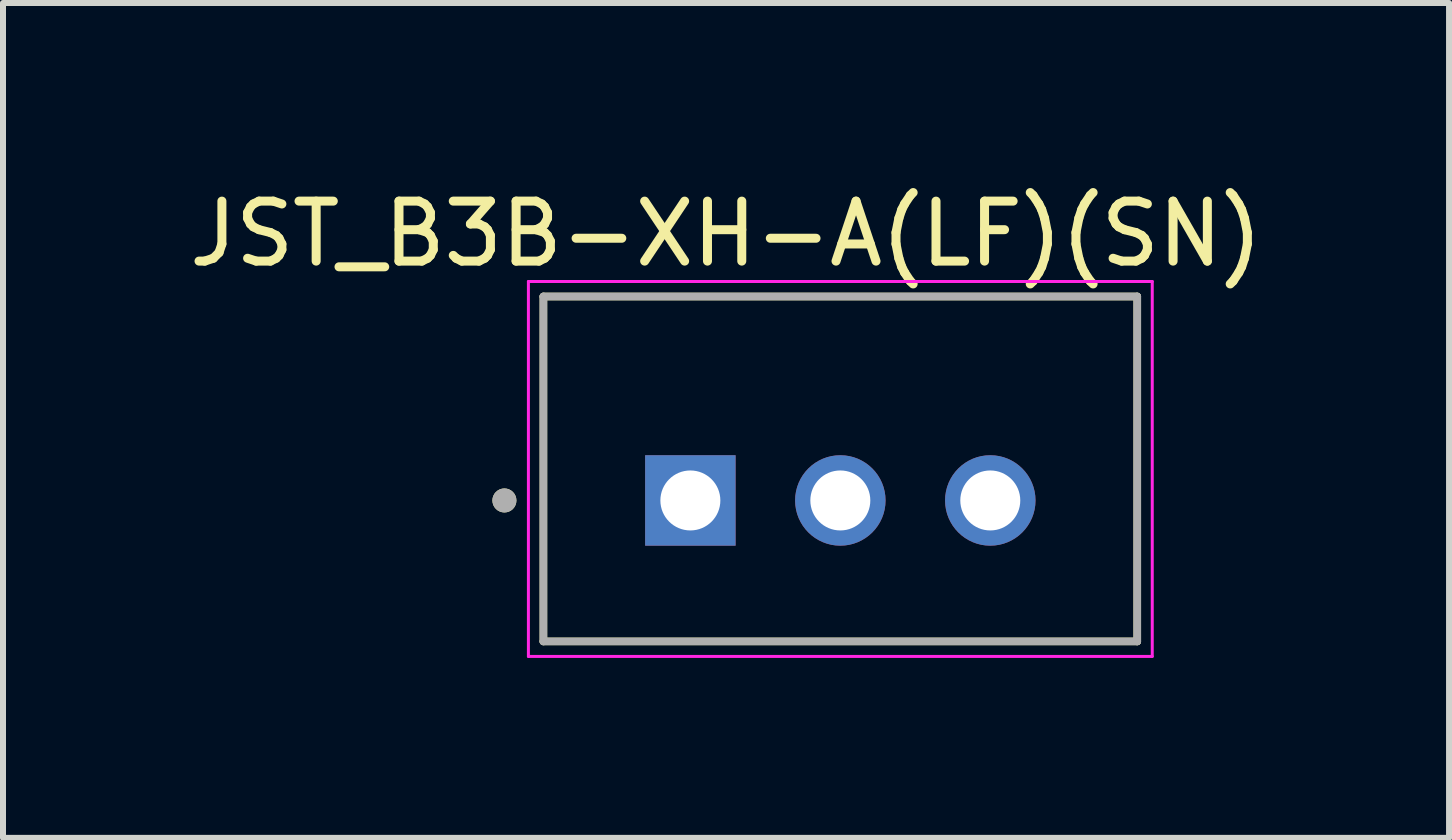
<source format=kicad_pcb>
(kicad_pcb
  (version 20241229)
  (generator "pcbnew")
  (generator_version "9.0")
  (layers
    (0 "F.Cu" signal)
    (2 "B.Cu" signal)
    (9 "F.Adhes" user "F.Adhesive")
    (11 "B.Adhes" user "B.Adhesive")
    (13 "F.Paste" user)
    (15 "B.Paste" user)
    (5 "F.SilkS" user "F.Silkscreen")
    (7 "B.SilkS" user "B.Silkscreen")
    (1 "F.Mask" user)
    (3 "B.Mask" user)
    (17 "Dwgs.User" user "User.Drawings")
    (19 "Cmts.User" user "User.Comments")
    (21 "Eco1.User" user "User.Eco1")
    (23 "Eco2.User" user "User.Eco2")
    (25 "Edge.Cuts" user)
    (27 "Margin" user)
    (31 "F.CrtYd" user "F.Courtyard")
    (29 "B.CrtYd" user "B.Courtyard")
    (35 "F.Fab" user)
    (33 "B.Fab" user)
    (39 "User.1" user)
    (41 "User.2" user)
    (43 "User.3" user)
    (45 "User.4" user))
  (footprint "JST_B3B-XH-A(LF)(SN)"
    (layer "F.Cu")
    (at 10.959 5.293)
    (property "Reference" "JST_B3B-XH-A(LF)(SN)" (at -1.905 -4.445 0) (layer "F.SilkS") (effects (font (size 1 1) (thickness 0.15))))
    (attr through_hole)
    (fp_line (start -4.95 -3.4) (end 4.95 -3.4) (stroke (width 0.127) (type solid)) (layer "F.SilkS"))
    (fp_line (start -4.95 2.35) (end -4.95 -3.4) (stroke (width 0.127) (type solid)) (layer "F.SilkS"))
    (fp_line (start 4.95 -3.4) (end 4.95 2.35) (stroke (width 0.127) (type solid)) (layer "F.SilkS"))
    (fp_line (start 4.95 2.35) (end -4.95 2.35) (stroke (width 0.127) (type solid)) (layer "F.SilkS"))
    (fp_circle (center -5.6 0) (end -5.5 0) (stroke (width 0.2) (type solid)) (fill no) (layer "F.SilkS"))
    (fp_line (start -5.2 -3.65) (end 5.2 -3.65) (stroke (width 0.05) (type solid)) (layer "F.CrtYd"))
    (fp_line (start -5.2 2.6) (end -5.2 -3.65) (stroke (width 0.05) (type solid)) (layer "F.CrtYd"))
    (fp_line (start 5.2 -3.65) (end 5.2 2.6) (stroke (width 0.05) (type solid)) (layer "F.CrtYd"))
    (fp_line (start 5.2 2.6) (end -5.2 2.6) (stroke (width 0.05) (type solid)) (layer "F.CrtYd"))
    (fp_line (start -4.95 -3.4) (end 4.95 -3.4) (stroke (width 0.127) (type solid)) (layer "F.Fab"))
    (fp_line (start -4.95 2.35) (end -4.95 -3.4) (stroke (width 0.127) (type solid)) (layer "F.Fab"))
    (fp_line (start 4.95 -3.4) (end 4.95 2.35) (stroke (width 0.127) (type solid)) (layer "F.Fab"))
    (fp_line (start 4.95 2.35) (end -4.95 2.35) (stroke (width 0.127) (type solid)) (layer "F.Fab"))
    (fp_circle (center -5.6 0) (end -5.5 0) (stroke (width 0.2) (type solid)) (fill no) (layer "F.Fab"))
    (pad "1" thru_hole rect (at -2.5 0) (size 1.508 1.508) (drill 1) (layers "*.Cu" "*.Mask"))
    (pad "2" thru_hole circle (at 0 0) (size 1.508 1.508) (drill 1) (layers "*.Cu" "*.Mask"))
    (pad "3" thru_hole circle (at 2.5 0) (size 1.508 1.508) (drill 1) (layers "*.Cu" "*.Mask")))
  (gr_rect
    (start -3 -3)
    (end 21.107 10.918)
    (stroke (width 0.1) (type default))
    (fill no)
    (layer "Edge.Cuts")))
</source>
